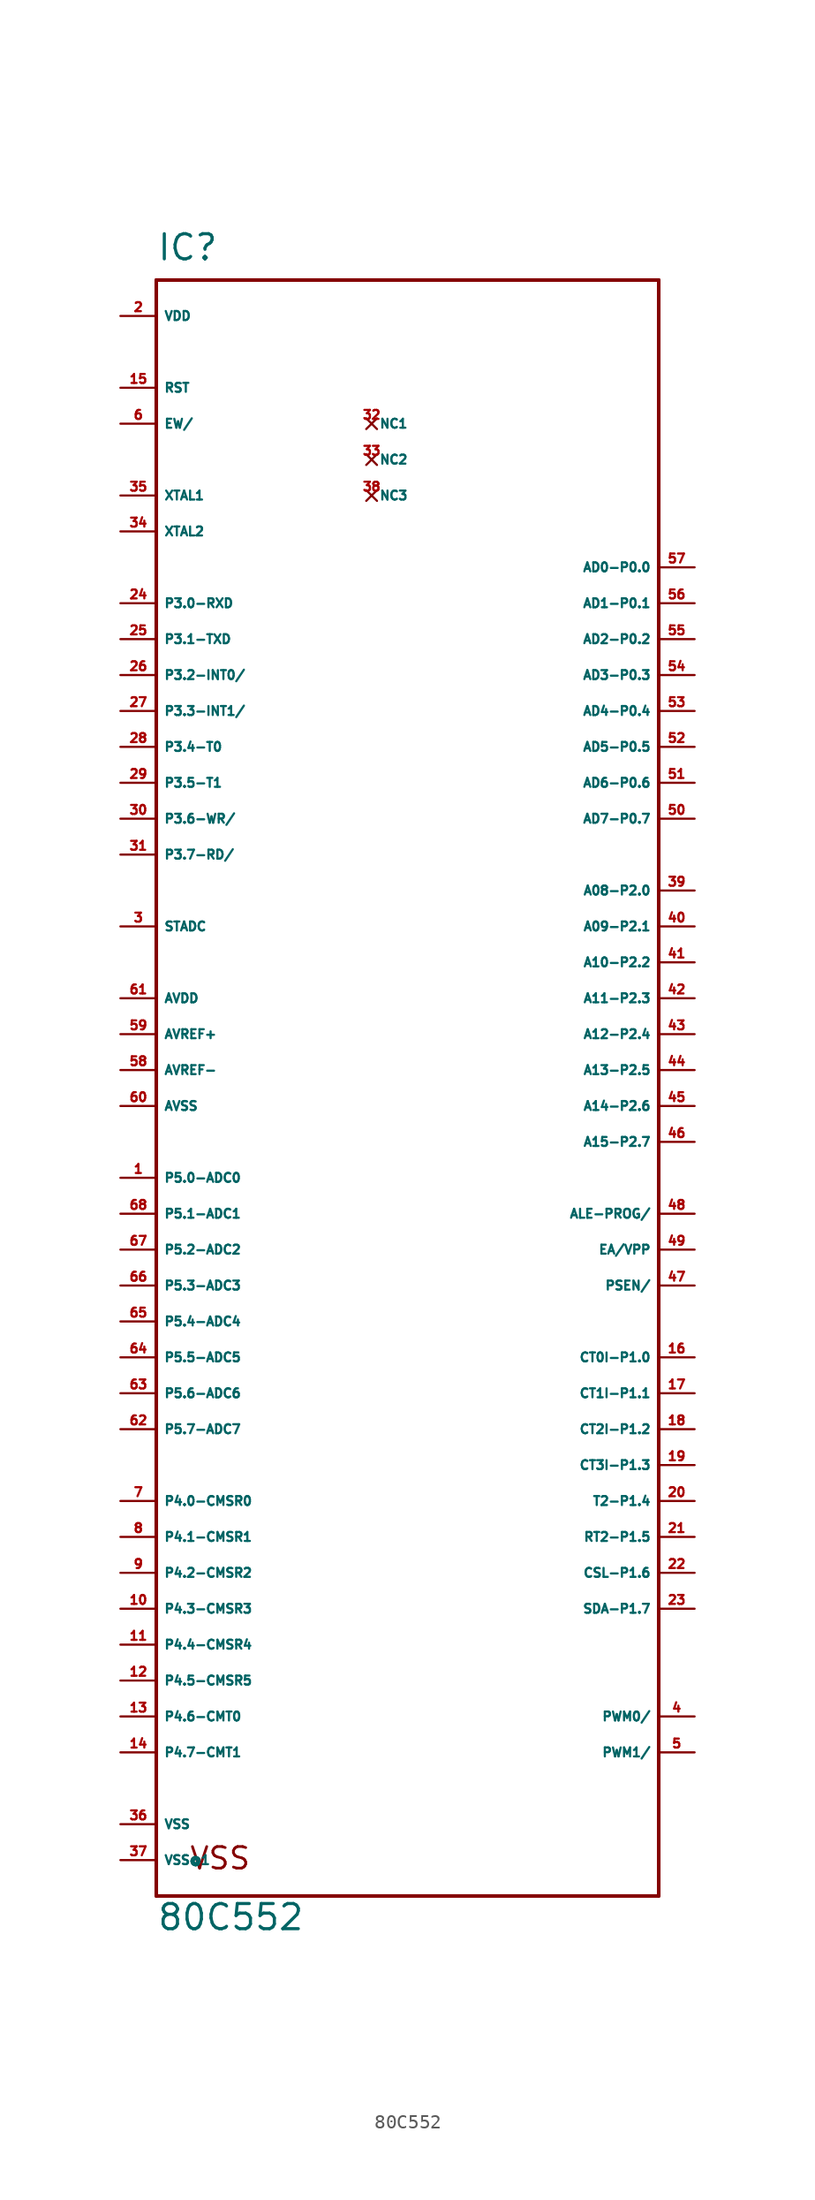
<source format=kicad_sym>
(kicad_symbol_lib
  (version 20220914)
  (generator Eagle2Kicad)
  (symbol "80C552"
    (property "Reference" "IC"
      (at -17.78 57.15 0)
      (effects (font (size 1.778 1.778) (thickness 0.22)) (justify left bottom)))
    (property "Value" "80C552"
      (at -17.78 -60.96 0)
      (effects (font (size 1.778 1.778) (thickness 0.22)) (justify left bottom)))
    (polyline
      (pts (xy -17.78 55.88) (xy 17.78 55.88))
      (stroke (width 0.254) (type default))
      (fill (type none)))
    (polyline
      (pts (xy 17.78 55.88) (xy 17.78 -58.42))
      (stroke (width 0.254) (type default))
      (fill (type none)))
    (polyline
      (pts (xy 17.78 -58.42) (xy -17.78 -58.42))
      (stroke (width 0.254) (type default))
      (fill (type none)))
    (polyline
      (pts (xy -17.78 -58.42) (xy -17.78 55.88))
      (stroke (width 0.254) (type default))
      (fill (type none)))
    (text "VSS"
      (at -15.494 -56.642 0)
      (effects (font (size 1.524 1.524) (thickness 0.19)) (justify left bottom)))
    (pin bidirectional line
      (at 20.32 35.56 180)
      (length 2.54)
      (name "AD0-P0.0" (effects (font (size 0.635 0.635) (thickness 0.08)) (justify left bottom)))
      (number "57" (effects (font (size 0.635 0.635) (thickness 0.08)) (justify left bottom))))
    (pin bidirectional line
      (at 20.32 33.02 180)
      (length 2.54)
      (name "AD1-P0.1" (effects (font (size 0.635 0.635) (thickness 0.08)) (justify left bottom)))
      (number "56" (effects (font (size 0.635 0.635) (thickness 0.08)) (justify left bottom))))
    (pin bidirectional line
      (at 20.32 30.48 180)
      (length 2.54)
      (name "AD2-P0.2" (effects (font (size 0.635 0.635) (thickness 0.08)) (justify left bottom)))
      (number "55" (effects (font (size 0.635 0.635) (thickness 0.08)) (justify left bottom))))
    (pin bidirectional line
      (at 20.32 27.94 180)
      (length 2.54)
      (name "AD3-P0.3" (effects (font (size 0.635 0.635) (thickness 0.08)) (justify left bottom)))
      (number "54" (effects (font (size 0.635 0.635) (thickness 0.08)) (justify left bottom))))
    (pin bidirectional line
      (at 20.32 25.4 180)
      (length 2.54)
      (name "AD4-P0.4" (effects (font (size 0.635 0.635) (thickness 0.08)) (justify left bottom)))
      (number "53" (effects (font (size 0.635 0.635) (thickness 0.08)) (justify left bottom))))
    (pin bidirectional line
      (at 20.32 22.86 180)
      (length 2.54)
      (name "AD5-P0.5" (effects (font (size 0.635 0.635) (thickness 0.08)) (justify left bottom)))
      (number "52" (effects (font (size 0.635 0.635) (thickness 0.08)) (justify left bottom))))
    (pin bidirectional line
      (at 20.32 20.32 180)
      (length 2.54)
      (name "AD6-P0.6" (effects (font (size 0.635 0.635) (thickness 0.08)) (justify left bottom)))
      (number "51" (effects (font (size 0.635 0.635) (thickness 0.08)) (justify left bottom))))
    (pin bidirectional line
      (at 20.32 17.78 180)
      (length 2.54)
      (name "AD7-P0.7" (effects (font (size 0.635 0.635) (thickness 0.08)) (justify left bottom)))
      (number "50" (effects (font (size 0.635 0.635) (thickness 0.08)) (justify left bottom))))
    (pin bidirectional line
      (at 20.32 -20.32 180)
      (length 2.54)
      (name "CT0I-P1.0" (effects (font (size 0.635 0.635) (thickness 0.08)) (justify left bottom)))
      (number "16" (effects (font (size 0.635 0.635) (thickness 0.08)) (justify left bottom))))
    (pin bidirectional line
      (at 20.32 -22.86 180)
      (length 2.54)
      (name "CT1I-P1.1" (effects (font (size 0.635 0.635) (thickness 0.08)) (justify left bottom)))
      (number "17" (effects (font (size 0.635 0.635) (thickness 0.08)) (justify left bottom))))
    (pin bidirectional line
      (at 20.32 -25.4 180)
      (length 2.54)
      (name "CT2I-P1.2" (effects (font (size 0.635 0.635) (thickness 0.08)) (justify left bottom)))
      (number "18" (effects (font (size 0.635 0.635) (thickness 0.08)) (justify left bottom))))
    (pin bidirectional line
      (at 20.32 -27.94 180)
      (length 2.54)
      (name "CT3I-P1.3" (effects (font (size 0.635 0.635) (thickness 0.08)) (justify left bottom)))
      (number "19" (effects (font (size 0.635 0.635) (thickness 0.08)) (justify left bottom))))
    (pin bidirectional line
      (at 20.32 -30.48 180)
      (length 2.54)
      (name "T2-P1.4" (effects (font (size 0.635 0.635) (thickness 0.08)) (justify left bottom)))
      (number "20" (effects (font (size 0.635 0.635) (thickness 0.08)) (justify left bottom))))
    (pin bidirectional line
      (at 20.32 -33.02 180)
      (length 2.54)
      (name "RT2-P1.5" (effects (font (size 0.635 0.635) (thickness 0.08)) (justify left bottom)))
      (number "21" (effects (font (size 0.635 0.635) (thickness 0.08)) (justify left bottom))))
    (pin bidirectional line
      (at 20.32 -35.56 180)
      (length 2.54)
      (name "CSL-P1.6" (effects (font (size 0.635 0.635) (thickness 0.08)) (justify left bottom)))
      (number "22" (effects (font (size 0.635 0.635) (thickness 0.08)) (justify left bottom))))
    (pin bidirectional line
      (at 20.32 -38.1 180)
      (length 2.54)
      (name "SDA-P1.7" (effects (font (size 0.635 0.635) (thickness 0.08)) (justify left bottom)))
      (number "23" (effects (font (size 0.635 0.635) (thickness 0.08)) (justify left bottom))))
    (pin bidirectional line
      (at 20.32 12.7 180)
      (length 2.54)
      (name "A08-P2.0" (effects (font (size 0.635 0.635) (thickness 0.08)) (justify left bottom)))
      (number "39" (effects (font (size 0.635 0.635) (thickness 0.08)) (justify left bottom))))
    (pin bidirectional line
      (at 20.32 10.16 180)
      (length 2.54)
      (name "A09-P2.1" (effects (font (size 0.635 0.635) (thickness 0.08)) (justify left bottom)))
      (number "40" (effects (font (size 0.635 0.635) (thickness 0.08)) (justify left bottom))))
    (pin bidirectional line
      (at 20.32 7.62 180)
      (length 2.54)
      (name "A10-P2.2" (effects (font (size 0.635 0.635) (thickness 0.08)) (justify left bottom)))
      (number "41" (effects (font (size 0.635 0.635) (thickness 0.08)) (justify left bottom))))
    (pin bidirectional line
      (at 20.32 5.08 180)
      (length 2.54)
      (name "A11-P2.3" (effects (font (size 0.635 0.635) (thickness 0.08)) (justify left bottom)))
      (number "42" (effects (font (size 0.635 0.635) (thickness 0.08)) (justify left bottom))))
    (pin bidirectional line
      (at 20.32 2.54 180)
      (length 2.54)
      (name "A12-P2.4" (effects (font (size 0.635 0.635) (thickness 0.08)) (justify left bottom)))
      (number "43" (effects (font (size 0.635 0.635) (thickness 0.08)) (justify left bottom))))
    (pin bidirectional line
      (at 20.32 0 180)
      (length 2.54)
      (name "A13-P2.5" (effects (font (size 0.635 0.635) (thickness 0.08)) (justify left bottom)))
      (number "44" (effects (font (size 0.635 0.635) (thickness 0.08)) (justify left bottom))))
    (pin bidirectional line
      (at 20.32 -2.54 180)
      (length 2.54)
      (name "A14-P2.6" (effects (font (size 0.635 0.635) (thickness 0.08)) (justify left bottom)))
      (number "45" (effects (font (size 0.635 0.635) (thickness 0.08)) (justify left bottom))))
    (pin bidirectional line
      (at 20.32 -5.08 180)
      (length 2.54)
      (name "A15-P2.7" (effects (font (size 0.635 0.635) (thickness 0.08)) (justify left bottom)))
      (number "46" (effects (font (size 0.635 0.635) (thickness 0.08)) (justify left bottom))))
    (pin bidirectional line
      (at -20.32 33.02 0)
      (length 2.54)
      (name "P3.0-RXD" (effects (font (size 0.635 0.635) (thickness 0.08)) (justify left bottom)))
      (number "24" (effects (font (size 0.635 0.635) (thickness 0.08)) (justify left bottom))))
    (pin bidirectional line
      (at -20.32 30.48 0)
      (length 2.54)
      (name "P3.1-TXD" (effects (font (size 0.635 0.635) (thickness 0.08)) (justify left bottom)))
      (number "25" (effects (font (size 0.635 0.635) (thickness 0.08)) (justify left bottom))))
    (pin bidirectional line
      (at -20.32 27.94 0)
      (length 2.54)
      (name "P3.2-INT0/" (effects (font (size 0.635 0.635) (thickness 0.08)) (justify left bottom)))
      (number "26" (effects (font (size 0.635 0.635) (thickness 0.08)) (justify left bottom))))
    (pin bidirectional line
      (at -20.32 25.4 0)
      (length 2.54)
      (name "P3.3-INT1/" (effects (font (size 0.635 0.635) (thickness 0.08)) (justify left bottom)))
      (number "27" (effects (font (size 0.635 0.635) (thickness 0.08)) (justify left bottom))))
    (pin bidirectional line
      (at -20.32 22.86 0)
      (length 2.54)
      (name "P3.4-T0" (effects (font (size 0.635 0.635) (thickness 0.08)) (justify left bottom)))
      (number "28" (effects (font (size 0.635 0.635) (thickness 0.08)) (justify left bottom))))
    (pin bidirectional line
      (at -20.32 20.32 0)
      (length 2.54)
      (name "P3.5-T1" (effects (font (size 0.635 0.635) (thickness 0.08)) (justify left bottom)))
      (number "29" (effects (font (size 0.635 0.635) (thickness 0.08)) (justify left bottom))))
    (pin bidirectional line
      (at -20.32 17.78 0)
      (length 2.54)
      (name "P3.6-WR/" (effects (font (size 0.635 0.635) (thickness 0.08)) (justify left bottom)))
      (number "30" (effects (font (size 0.635 0.635) (thickness 0.08)) (justify left bottom))))
    (pin bidirectional line
      (at -20.32 15.24 0)
      (length 2.54)
      (name "P3.7-RD/" (effects (font (size 0.635 0.635) (thickness 0.08)) (justify left bottom)))
      (number "31" (effects (font (size 0.635 0.635) (thickness 0.08)) (justify left bottom))))
    (pin bidirectional line
      (at -20.32 -30.48 0)
      (length 2.54)
      (name "P4.0-CMSR0" (effects (font (size 0.635 0.635) (thickness 0.08)) (justify left bottom)))
      (number "7" (effects (font (size 0.635 0.635) (thickness 0.08)) (justify left bottom))))
    (pin bidirectional line
      (at -20.32 -33.02 0)
      (length 2.54)
      (name "P4.1-CMSR1" (effects (font (size 0.635 0.635) (thickness 0.08)) (justify left bottom)))
      (number "8" (effects (font (size 0.635 0.635) (thickness 0.08)) (justify left bottom))))
    (pin bidirectional line
      (at -20.32 -35.56 0)
      (length 2.54)
      (name "P4.2-CMSR2" (effects (font (size 0.635 0.635) (thickness 0.08)) (justify left bottom)))
      (number "9" (effects (font (size 0.635 0.635) (thickness 0.08)) (justify left bottom))))
    (pin bidirectional line
      (at -20.32 -38.1 0)
      (length 2.54)
      (name "P4.3-CMSR3" (effects (font (size 0.635 0.635) (thickness 0.08)) (justify left bottom)))
      (number "10" (effects (font (size 0.635 0.635) (thickness 0.08)) (justify left bottom))))
    (pin bidirectional line
      (at -20.32 -40.64 0)
      (length 2.54)
      (name "P4.4-CMSR4" (effects (font (size 0.635 0.635) (thickness 0.08)) (justify left bottom)))
      (number "11" (effects (font (size 0.635 0.635) (thickness 0.08)) (justify left bottom))))
    (pin bidirectional line
      (at -20.32 -43.18 0)
      (length 2.54)
      (name "P4.5-CMSR5" (effects (font (size 0.635 0.635) (thickness 0.08)) (justify left bottom)))
      (number "12" (effects (font (size 0.635 0.635) (thickness 0.08)) (justify left bottom))))
    (pin bidirectional line
      (at -20.32 -45.72 0)
      (length 2.54)
      (name "P4.6-CMT0" (effects (font (size 0.635 0.635) (thickness 0.08)) (justify left bottom)))
      (number "13" (effects (font (size 0.635 0.635) (thickness 0.08)) (justify left bottom))))
    (pin bidirectional line
      (at -20.32 -48.26 0)
      (length 2.54)
      (name "P4.7-CMT1" (effects (font (size 0.635 0.635) (thickness 0.08)) (justify left bottom)))
      (number "14" (effects (font (size 0.635 0.635) (thickness 0.08)) (justify left bottom))))
    (pin bidirectional line
      (at -20.32 -7.62 0)
      (length 2.54)
      (name "P5.0-ADC0" (effects (font (size 0.635 0.635) (thickness 0.08)) (justify left bottom)))
      (number "1" (effects (font (size 0.635 0.635) (thickness 0.08)) (justify left bottom))))
    (pin bidirectional line
      (at -20.32 -10.16 0)
      (length 2.54)
      (name "P5.1-ADC1" (effects (font (size 0.635 0.635) (thickness 0.08)) (justify left bottom)))
      (number "68" (effects (font (size 0.635 0.635) (thickness 0.08)) (justify left bottom))))
    (pin bidirectional line
      (at -20.32 -12.7 0)
      (length 2.54)
      (name "P5.2-ADC2" (effects (font (size 0.635 0.635) (thickness 0.08)) (justify left bottom)))
      (number "67" (effects (font (size 0.635 0.635) (thickness 0.08)) (justify left bottom))))
    (pin bidirectional line
      (at -20.32 -15.24 0)
      (length 2.54)
      (name "P5.3-ADC3" (effects (font (size 0.635 0.635) (thickness 0.08)) (justify left bottom)))
      (number "66" (effects (font (size 0.635 0.635) (thickness 0.08)) (justify left bottom))))
    (pin bidirectional line
      (at -20.32 -17.78 0)
      (length 2.54)
      (name "P5.4-ADC4" (effects (font (size 0.635 0.635) (thickness 0.08)) (justify left bottom)))
      (number "65" (effects (font (size 0.635 0.635) (thickness 0.08)) (justify left bottom))))
    (pin bidirectional line
      (at -20.32 -20.32 0)
      (length 2.54)
      (name "P5.5-ADC5" (effects (font (size 0.635 0.635) (thickness 0.08)) (justify left bottom)))
      (number "64" (effects (font (size 0.635 0.635) (thickness 0.08)) (justify left bottom))))
    (pin bidirectional line
      (at -20.32 -22.86 0)
      (length 2.54)
      (name "P5.6-ADC6" (effects (font (size 0.635 0.635) (thickness 0.08)) (justify left bottom)))
      (number "63" (effects (font (size 0.635 0.635) (thickness 0.08)) (justify left bottom))))
    (pin bidirectional line
      (at -20.32 -25.4 0)
      (length 2.54)
      (name "P5.7-ADC7" (effects (font (size 0.635 0.635) (thickness 0.08)) (justify left bottom)))
      (number "62" (effects (font (size 0.635 0.635) (thickness 0.08)) (justify left bottom))))
    (pin input line
      (at -20.32 40.64 0)
      (length 2.54)
      (name "XTAL1" (effects (font (size 0.635 0.635) (thickness 0.08)) (justify left bottom)))
      (number "35" (effects (font (size 0.635 0.635) (thickness 0.08)) (justify left bottom))))
    (pin output line
      (at -20.32 38.1 0)
      (length 2.54)
      (name "XTAL2" (effects (font (size 0.635 0.635) (thickness 0.08)) (justify left bottom)))
      (number "34" (effects (font (size 0.635 0.635) (thickness 0.08)) (justify left bottom))))
    (pin input line
      (at 20.32 -12.7 180)
      (length 2.54)
      (name "EA/VPP" (effects (font (size 0.635 0.635) (thickness 0.08)) (justify left bottom)))
      (number "49" (effects (font (size 0.635 0.635) (thickness 0.08)) (justify left bottom))))
    (pin output line
      (at 20.32 -10.16 180)
      (length 2.54)
      (name "ALE-PROG/" (effects (font (size 0.635 0.635) (thickness 0.08)) (justify left bottom)))
      (number "48" (effects (font (size 0.635 0.635) (thickness 0.08)) (justify left bottom))))
    (pin output line
      (at 20.32 -15.24 180)
      (length 2.54)
      (name "PSEN/" (effects (font (size 0.635 0.635) (thickness 0.08)) (justify left bottom)))
      (number "47" (effects (font (size 0.635 0.635) (thickness 0.08)) (justify left bottom))))
    (pin bidirectional line
      (at -20.32 48.26 0)
      (length 2.54)
      (name "RST" (effects (font (size 0.635 0.635) (thickness 0.08)) (justify left bottom)))
      (number "15" (effects (font (size 0.635 0.635) (thickness 0.08)) (justify left bottom))))
    (pin input line
      (at -20.32 45.72 0)
      (length 2.54)
      (name "EW/" (effects (font (size 0.635 0.635) (thickness 0.08)) (justify left bottom)))
      (number "6" (effects (font (size 0.635 0.635) (thickness 0.08)) (justify left bottom))))
    (pin input line
      (at -20.32 10.16 0)
      (length 2.54)
      (name "STADC" (effects (font (size 0.635 0.635) (thickness 0.08)) (justify left bottom)))
      (number "3" (effects (font (size 0.635 0.635) (thickness 0.08)) (justify left bottom))))
    (pin input line
      (at -20.32 0 0)
      (length 2.54)
      (name "AVREF-" (effects (font (size 0.635 0.635) (thickness 0.08)) (justify left bottom)))
      (number "58" (effects (font (size 0.635 0.635) (thickness 0.08)) (justify left bottom))))
    (pin input line
      (at -20.32 2.54 0)
      (length 2.54)
      (name "AVREF+" (effects (font (size 0.635 0.635) (thickness 0.08)) (justify left bottom)))
      (number "59" (effects (font (size 0.635 0.635) (thickness 0.08)) (justify left bottom))))
    (pin input line
      (at -20.32 5.08 0)
      (length 2.54)
      (name "AVDD" (effects (font (size 0.635 0.635) (thickness 0.08)) (justify left bottom)))
      (number "61" (effects (font (size 0.635 0.635) (thickness 0.08)) (justify left bottom))))
    (pin input line
      (at -20.32 -2.54 0)
      (length 2.54)
      (name "AVSS" (effects (font (size 0.635 0.635) (thickness 0.08)) (justify left bottom)))
      (number "60" (effects (font (size 0.635 0.635) (thickness 0.08)) (justify left bottom))))
    (pin unspecified line
      (at -20.32 -53.34 0)
      (length 2.54)
      (name "VSS" (effects (font (size 0.635 0.635) (thickness 0.08)) (justify left bottom)))
      (number "36" (effects (font (size 0.635 0.635) (thickness 0.08)) (justify left bottom))))
    (pin unspecified line
      (at -20.32 53.34 0)
      (length 2.54)
      (name "VDD" (effects (font (size 0.635 0.635) (thickness 0.08)) (justify left bottom)))
      (number "2" (effects (font (size 0.635 0.635) (thickness 0.08)) (justify left bottom))))
    (pin unspecified line
      (at -20.32 -55.88 0)
      (length 2.54)
      (name "VSS@1" (effects (font (size 0.635 0.635) (thickness 0.08)) (justify left bottom)))
      (number "37" (effects (font (size 0.635 0.635) (thickness 0.08)) (justify left bottom))))
    (pin no_connect line
      (at -2.54 45.72 0)
      (length 0)
      (name "NC1" (effects (font (size 0.635 0.635) (thickness 0.08)) (justify left bottom) hide))
      (number "32" (effects (font (size 0.635 0.635) (thickness 0.08)) (justify left bottom) hide)))
    (pin no_connect line
      (at -2.54 43.18 0)
      (length 0)
      (name "NC2" (effects (font (size 0.635 0.635) (thickness 0.08)) (justify left bottom) hide))
      (number "33" (effects (font (size 0.635 0.635) (thickness 0.08)) (justify left bottom) hide)))
    (pin output line
      (at 20.32 -45.72 180)
      (length 2.54)
      (name "PWM0/" (effects (font (size 0.635 0.635) (thickness 0.08)) (justify left bottom)))
      (number "4" (effects (font (size 0.635 0.635) (thickness 0.08)) (justify left bottom))))
    (pin output line
      (at 20.32 -48.26 180)
      (length 2.54)
      (name "PWM1/" (effects (font (size 0.635 0.635) (thickness 0.08)) (justify left bottom)))
      (number "5" (effects (font (size 0.635 0.635) (thickness 0.08)) (justify left bottom))))
    (pin no_connect line
      (at -2.54 40.64 0)
      (length 0)
      (name "NC3" (effects (font (size 0.635 0.635) (thickness 0.08)) (justify left bottom) hide))
      (number "38" (effects (font (size 0.635 0.635) (thickness 0.08)) (justify left bottom) hide)))))
</source>
